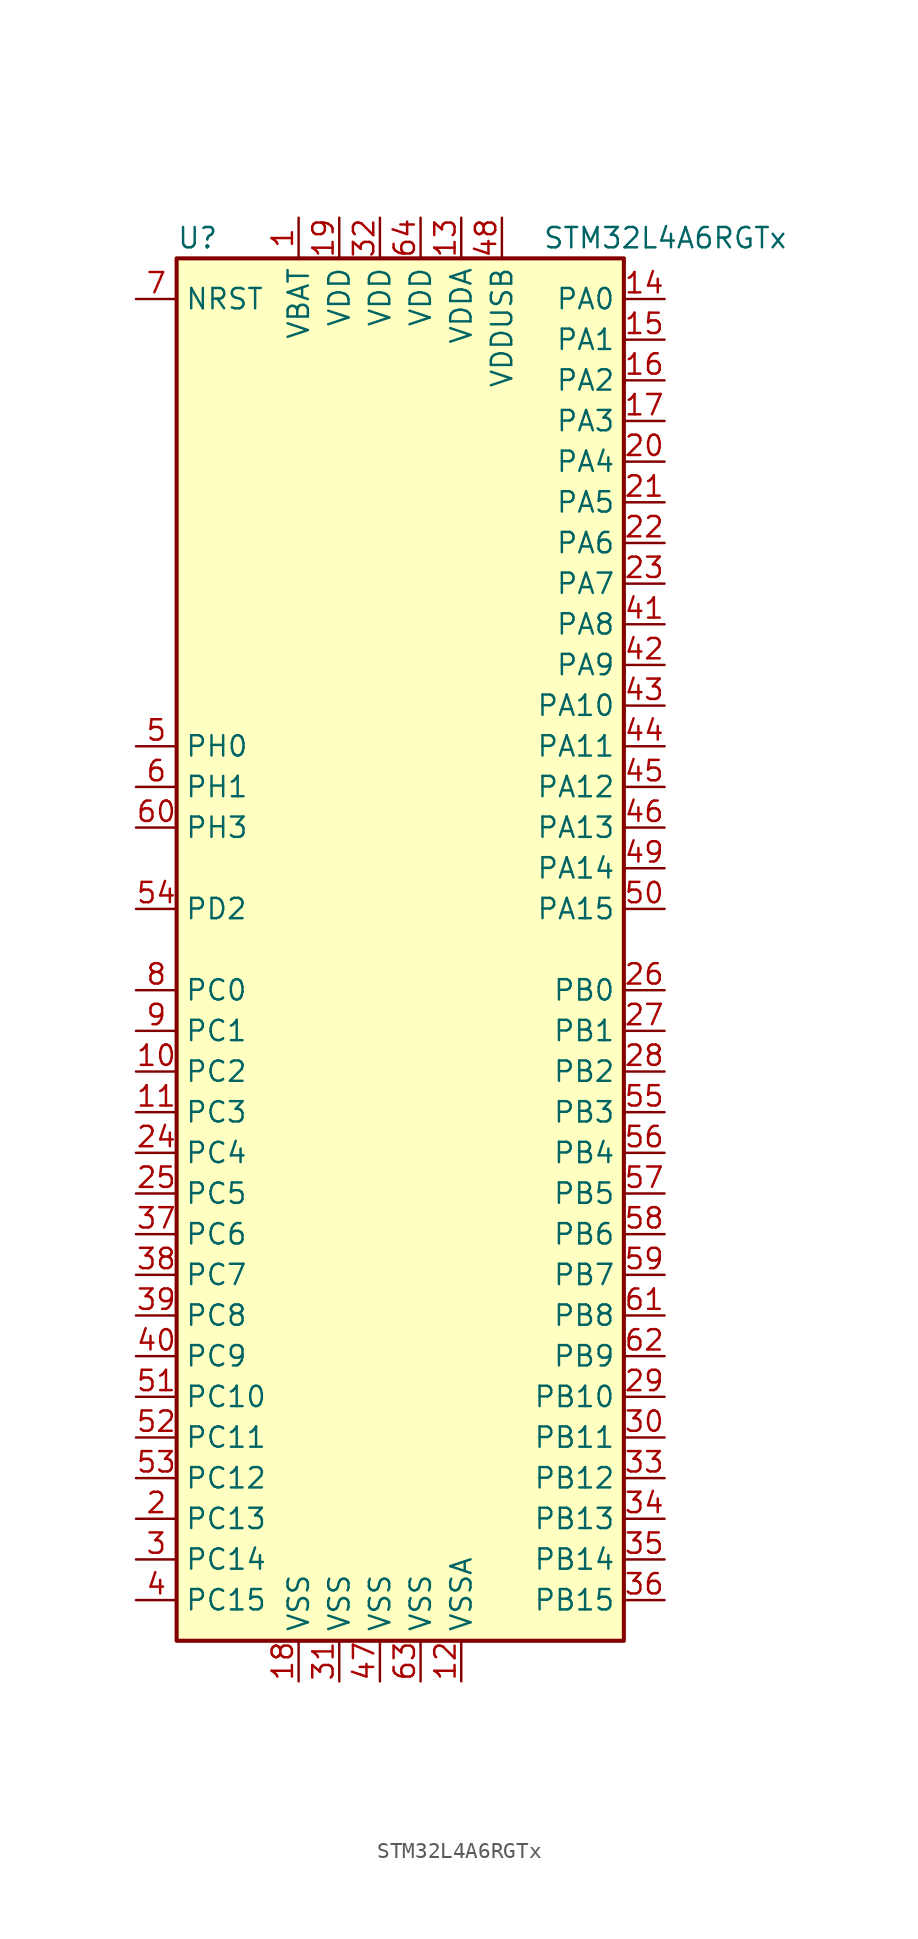
<source format=kicad_sym>
(kicad_symbol_lib
  (version 20201005)
  (generator kicad_symbol_editor)
  (symbol "MCU_ST_STM32L4:STM32L4A6RGTx"
    (property "Reference" "U"
      (at -15.24 44.45 0)
      (effects (font (size 1.27 1.27)) (justify left)))
    (property "Value" "STM32L4A6RGTx"
      (at 7.62 44.45 0)
      (effects (font (size 1.27 1.27)) (justify left)))
    (symbol "STM32L4A6RGTx_0_1"
      (rectangle (start -15.24 -43.18) (end 12.7 43.18) (stroke (width 0.254)) (fill (type background))))
    (symbol "STM32L4A6RGTx_1_1"
      (pin power_in line (at -7.62 45.72 270) (length 2.54) (name "VBAT" (effects (font (size 1.27 1.27)))) (number "1" (effects (font (size 1.27 1.27)))))
      (pin bidirectional line (at -17.78 -7.62 0) (length 2.54) (name "PC2" (effects (font (size 1.27 1.27)))) (number "10" (effects (font (size 1.27 1.27)))))
      (pin bidirectional line (at -17.78 -10.16 0) (length 2.54) (name "PC3" (effects (font (size 1.27 1.27)))) (number "11" (effects (font (size 1.27 1.27)))))
      (pin power_in line (at 2.54 -45.72 90) (length 2.54) (name "VSSA" (effects (font (size 1.27 1.27)))) (number "12" (effects (font (size 1.27 1.27)))))
      (pin power_in line (at 2.54 45.72 270) (length 2.54) (name "VDDA" (effects (font (size 1.27 1.27)))) (number "13" (effects (font (size 1.27 1.27)))))
      (pin bidirectional line (at 15.24 40.64 180) (length 2.54) (name "PA0" (effects (font (size 1.27 1.27)))) (number "14" (effects (font (size 1.27 1.27)))))
      (pin bidirectional line (at 15.24 38.1 180) (length 2.54) (name "PA1" (effects (font (size 1.27 1.27)))) (number "15" (effects (font (size 1.27 1.27)))))
      (pin bidirectional line (at 15.24 35.56 180) (length 2.54) (name "PA2" (effects (font (size 1.27 1.27)))) (number "16" (effects (font (size 1.27 1.27)))))
      (pin bidirectional line (at 15.24 33.02 180) (length 2.54) (name "PA3" (effects (font (size 1.27 1.27)))) (number "17" (effects (font (size 1.27 1.27)))))
      (pin power_in line (at -7.62 -45.72 90) (length 2.54) (name "VSS" (effects (font (size 1.27 1.27)))) (number "18" (effects (font (size 1.27 1.27)))))
      (pin power_in line (at -5.08 45.72 270) (length 2.54) (name "VDD" (effects (font (size 1.27 1.27)))) (number "19" (effects (font (size 1.27 1.27)))))
      (pin bidirectional line (at -17.78 -35.56 0) (length 2.54) (name "PC13" (effects (font (size 1.27 1.27)))) (number "2" (effects (font (size 1.27 1.27)))))
      (pin bidirectional line (at 15.24 30.48 180) (length 2.54) (name "PA4" (effects (font (size 1.27 1.27)))) (number "20" (effects (font (size 1.27 1.27)))))
      (pin bidirectional line (at 15.24 27.94 180) (length 2.54) (name "PA5" (effects (font (size 1.27 1.27)))) (number "21" (effects (font (size 1.27 1.27)))))
      (pin bidirectional line (at 15.24 25.4 180) (length 2.54) (name "PA6" (effects (font (size 1.27 1.27)))) (number "22" (effects (font (size 1.27 1.27)))))
      (pin bidirectional line (at 15.24 22.86 180) (length 2.54) (name "PA7" (effects (font (size 1.27 1.27)))) (number "23" (effects (font (size 1.27 1.27)))))
      (pin bidirectional line (at -17.78 -12.7 0) (length 2.54) (name "PC4" (effects (font (size 1.27 1.27)))) (number "24" (effects (font (size 1.27 1.27)))))
      (pin bidirectional line (at -17.78 -15.24 0) (length 2.54) (name "PC5" (effects (font (size 1.27 1.27)))) (number "25" (effects (font (size 1.27 1.27)))))
      (pin bidirectional line (at 15.24 -2.54 180) (length 2.54) (name "PB0" (effects (font (size 1.27 1.27)))) (number "26" (effects (font (size 1.27 1.27)))))
      (pin bidirectional line (at 15.24 -5.08 180) (length 2.54) (name "PB1" (effects (font (size 1.27 1.27)))) (number "27" (effects (font (size 1.27 1.27)))))
      (pin bidirectional line (at 15.24 -7.62 180) (length 2.54) (name "PB2" (effects (font (size 1.27 1.27)))) (number "28" (effects (font (size 1.27 1.27)))))
      (pin bidirectional line (at 15.24 -27.94 180) (length 2.54) (name "PB10" (effects (font (size 1.27 1.27)))) (number "29" (effects (font (size 1.27 1.27)))))
      (pin bidirectional line (at -17.78 -38.1 0) (length 2.54) (name "PC14" (effects (font (size 1.27 1.27)))) (number "3" (effects (font (size 1.27 1.27)))))
      (pin bidirectional line (at 15.24 -30.48 180) (length 2.54) (name "PB11" (effects (font (size 1.27 1.27)))) (number "30" (effects (font (size 1.27 1.27)))))
      (pin power_in line (at -5.08 -45.72 90) (length 2.54) (name "VSS" (effects (font (size 1.27 1.27)))) (number "31" (effects (font (size 1.27 1.27)))))
      (pin power_in line (at -2.54 45.72 270) (length 2.54) (name "VDD" (effects (font (size 1.27 1.27)))) (number "32" (effects (font (size 1.27 1.27)))))
      (pin bidirectional line (at 15.24 -33.02 180) (length 2.54) (name "PB12" (effects (font (size 1.27 1.27)))) (number "33" (effects (font (size 1.27 1.27)))))
      (pin bidirectional line (at 15.24 -35.56 180) (length 2.54) (name "PB13" (effects (font (size 1.27 1.27)))) (number "34" (effects (font (size 1.27 1.27)))))
      (pin bidirectional line (at 15.24 -38.1 180) (length 2.54) (name "PB14" (effects (font (size 1.27 1.27)))) (number "35" (effects (font (size 1.27 1.27)))))
      (pin bidirectional line (at 15.24 -40.64 180) (length 2.54) (name "PB15" (effects (font (size 1.27 1.27)))) (number "36" (effects (font (size 1.27 1.27)))))
      (pin bidirectional line (at -17.78 -17.78 0) (length 2.54) (name "PC6" (effects (font (size 1.27 1.27)))) (number "37" (effects (font (size 1.27 1.27)))))
      (pin bidirectional line (at -17.78 -20.32 0) (length 2.54) (name "PC7" (effects (font (size 1.27 1.27)))) (number "38" (effects (font (size 1.27 1.27)))))
      (pin bidirectional line (at -17.78 -22.86 0) (length 2.54) (name "PC8" (effects (font (size 1.27 1.27)))) (number "39" (effects (font (size 1.27 1.27)))))
      (pin bidirectional line (at -17.78 -40.64 0) (length 2.54) (name "PC15" (effects (font (size 1.27 1.27)))) (number "4" (effects (font (size 1.27 1.27)))))
      (pin bidirectional line (at -17.78 -25.4 0) (length 2.54) (name "PC9" (effects (font (size 1.27 1.27)))) (number "40" (effects (font (size 1.27 1.27)))))
      (pin bidirectional line (at 15.24 20.32 180) (length 2.54) (name "PA8" (effects (font (size 1.27 1.27)))) (number "41" (effects (font (size 1.27 1.27)))))
      (pin bidirectional line (at 15.24 17.78 180) (length 2.54) (name "PA9" (effects (font (size 1.27 1.27)))) (number "42" (effects (font (size 1.27 1.27)))))
      (pin bidirectional line (at 15.24 15.24 180) (length 2.54) (name "PA10" (effects (font (size 1.27 1.27)))) (number "43" (effects (font (size 1.27 1.27)))))
      (pin bidirectional line (at 15.24 12.7 180) (length 2.54) (name "PA11" (effects (font (size 1.27 1.27)))) (number "44" (effects (font (size 1.27 1.27)))))
      (pin bidirectional line (at 15.24 10.16 180) (length 2.54) (name "PA12" (effects (font (size 1.27 1.27)))) (number "45" (effects (font (size 1.27 1.27)))))
      (pin bidirectional line (at 15.24 7.62 180) (length 2.54) (name "PA13" (effects (font (size 1.27 1.27)))) (number "46" (effects (font (size 1.27 1.27)))))
      (pin power_in line (at -2.54 -45.72 90) (length 2.54) (name "VSS" (effects (font (size 1.27 1.27)))) (number "47" (effects (font (size 1.27 1.27)))))
      (pin power_in line (at 5.08 45.72 270) (length 2.54) (name "VDDUSB" (effects (font (size 1.27 1.27)))) (number "48" (effects (font (size 1.27 1.27)))))
      (pin bidirectional line (at 15.24 5.08 180) (length 2.54) (name "PA14" (effects (font (size 1.27 1.27)))) (number "49" (effects (font (size 1.27 1.27)))))
      (pin input line (at -17.78 12.7 0) (length 2.54) (name "PH0" (effects (font (size 1.27 1.27)))) (number "5" (effects (font (size 1.27 1.27)))))
      (pin bidirectional line (at 15.24 2.54 180) (length 2.54) (name "PA15" (effects (font (size 1.27 1.27)))) (number "50" (effects (font (size 1.27 1.27)))))
      (pin bidirectional line (at -17.78 -27.94 0) (length 2.54) (name "PC10" (effects (font (size 1.27 1.27)))) (number "51" (effects (font (size 1.27 1.27)))))
      (pin bidirectional line (at -17.78 -30.48 0) (length 2.54) (name "PC11" (effects (font (size 1.27 1.27)))) (number "52" (effects (font (size 1.27 1.27)))))
      (pin bidirectional line (at -17.78 -33.02 0) (length 2.54) (name "PC12" (effects (font (size 1.27 1.27)))) (number "53" (effects (font (size 1.27 1.27)))))
      (pin bidirectional line (at -17.78 2.54 0) (length 2.54) (name "PD2" (effects (font (size 1.27 1.27)))) (number "54" (effects (font (size 1.27 1.27)))))
      (pin bidirectional line (at 15.24 -10.16 180) (length 2.54) (name "PB3" (effects (font (size 1.27 1.27)))) (number "55" (effects (font (size 1.27 1.27)))))
      (pin bidirectional line (at 15.24 -12.7 180) (length 2.54) (name "PB4" (effects (font (size 1.27 1.27)))) (number "56" (effects (font (size 1.27 1.27)))))
      (pin bidirectional line (at 15.24 -15.24 180) (length 2.54) (name "PB5" (effects (font (size 1.27 1.27)))) (number "57" (effects (font (size 1.27 1.27)))))
      (pin bidirectional line (at 15.24 -17.78 180) (length 2.54) (name "PB6" (effects (font (size 1.27 1.27)))) (number "58" (effects (font (size 1.27 1.27)))))
      (pin bidirectional line (at 15.24 -20.32 180) (length 2.54) (name "PB7" (effects (font (size 1.27 1.27)))) (number "59" (effects (font (size 1.27 1.27)))))
      (pin input line (at -17.78 10.16 0) (length 2.54) (name "PH1" (effects (font (size 1.27 1.27)))) (number "6" (effects (font (size 1.27 1.27)))))
      (pin bidirectional line (at -17.78 7.62 0) (length 2.54) (name "PH3" (effects (font (size 1.27 1.27)))) (number "60" (effects (font (size 1.27 1.27)))))
      (pin bidirectional line (at 15.24 -22.86 180) (length 2.54) (name "PB8" (effects (font (size 1.27 1.27)))) (number "61" (effects (font (size 1.27 1.27)))))
      (pin bidirectional line (at 15.24 -25.4 180) (length 2.54) (name "PB9" (effects (font (size 1.27 1.27)))) (number "62" (effects (font (size 1.27 1.27)))))
      (pin power_in line (at 0 -45.72 90) (length 2.54) (name "VSS" (effects (font (size 1.27 1.27)))) (number "63" (effects (font (size 1.27 1.27)))))
      (pin power_in line (at 0 45.72 270) (length 2.54) (name "VDD" (effects (font (size 1.27 1.27)))) (number "64" (effects (font (size 1.27 1.27)))))
      (pin input line (at -17.78 40.64 0) (length 2.54) (name "NRST" (effects (font (size 1.27 1.27)))) (number "7" (effects (font (size 1.27 1.27)))))
      (pin bidirectional line (at -17.78 -2.54 0) (length 2.54) (name "PC0" (effects (font (size 1.27 1.27)))) (number "8" (effects (font (size 1.27 1.27)))))
      (pin bidirectional line (at -17.78 -5.08 0) (length 2.54) (name "PC1" (effects (font (size 1.27 1.27)))) (number "9" (effects (font (size 1.27 1.27))))))))
</source>
